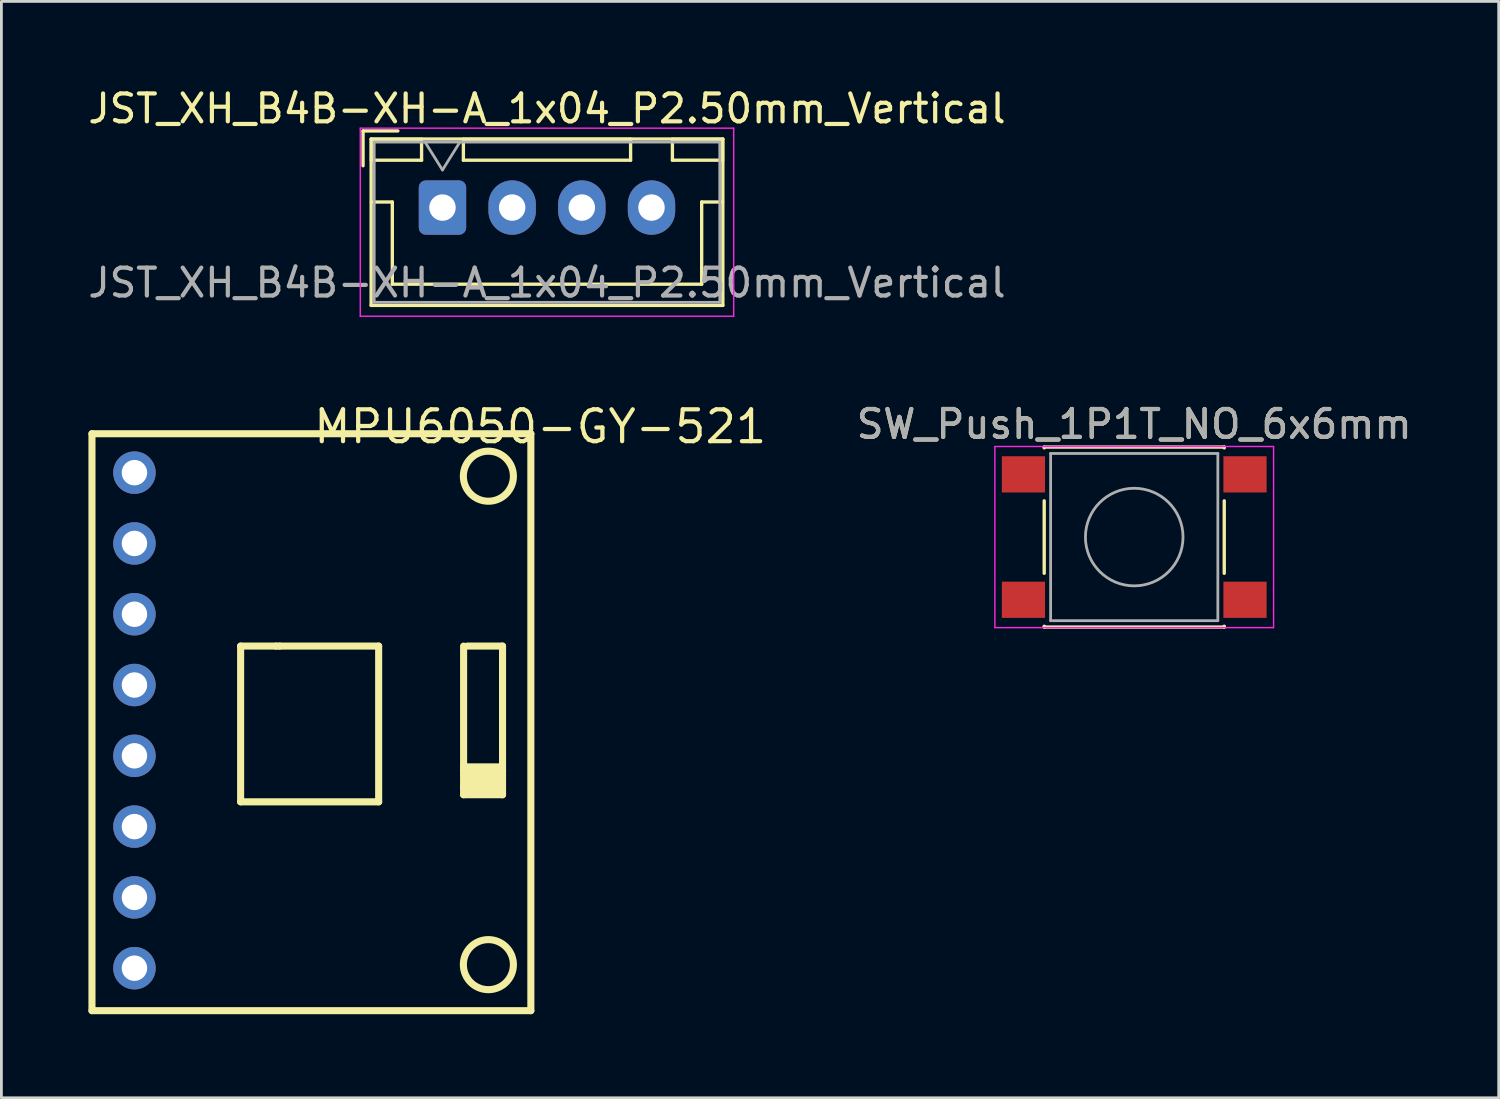
<source format=kicad_pcb>
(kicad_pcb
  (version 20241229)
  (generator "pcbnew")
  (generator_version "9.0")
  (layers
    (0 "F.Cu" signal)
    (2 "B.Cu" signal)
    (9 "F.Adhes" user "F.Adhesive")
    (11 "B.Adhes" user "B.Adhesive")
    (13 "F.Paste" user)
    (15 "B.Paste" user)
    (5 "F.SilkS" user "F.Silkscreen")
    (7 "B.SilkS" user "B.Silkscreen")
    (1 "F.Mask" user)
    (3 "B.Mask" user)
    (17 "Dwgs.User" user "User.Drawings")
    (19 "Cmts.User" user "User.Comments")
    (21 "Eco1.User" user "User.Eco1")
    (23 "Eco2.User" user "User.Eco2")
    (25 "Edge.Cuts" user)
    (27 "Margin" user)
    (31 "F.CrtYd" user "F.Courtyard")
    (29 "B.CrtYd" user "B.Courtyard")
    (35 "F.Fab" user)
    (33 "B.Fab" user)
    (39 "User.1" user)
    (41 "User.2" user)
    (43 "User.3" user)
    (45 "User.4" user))
  (footprint "SW_Push_1P1T_NO_6x6mm"
    (layer "F.Cu")
    (at 37.648 16.221)
    (property "Reference" "SW_Push_1P1T_NO_6x6mm" (at 0 -4.05 0) (layer "F.SilkS") (effects (font (size 1 1) (thickness 0.15))))
    (attr smd)
    (fp_line (start -3.23 -3.23) (end 3.23 -3.23) (stroke (width 0.12) (type solid)) (layer "F.SilkS"))
    (fp_line (start -3.23 -3.2) (end -3.23 -3.23) (stroke (width 0.12) (type solid)) (layer "F.SilkS"))
    (fp_line (start -3.23 -1.3) (end -3.23 1.3) (stroke (width 0.12) (type solid)) (layer "F.SilkS"))
    (fp_line (start -3.23 3.23) (end -3.23 3.2) (stroke (width 0.12) (type solid)) (layer "F.SilkS"))
    (fp_line (start -3.23 3.23) (end 3.23 3.23) (stroke (width 0.12) (type solid)) (layer "F.SilkS"))
    (fp_line (start 3.23 -3.23) (end 3.23 -3.2) (stroke (width 0.12) (type solid)) (layer "F.SilkS"))
    (fp_line (start 3.23 -1.3) (end 3.23 1.3) (stroke (width 0.12) (type solid)) (layer "F.SilkS"))
    (fp_line (start 3.23 3.23) (end 3.23 3.2) (stroke (width 0.12) (type solid)) (layer "F.SilkS"))
    (fp_line (start -5 -3.25) (end -5 3.25) (stroke (width 0.05) (type solid)) (layer "F.CrtYd"))
    (fp_line (start -5 -3.25) (end 5 -3.25) (stroke (width 0.05) (type solid)) (layer "F.CrtYd"))
    (fp_line (start -5 3.25) (end 5 3.25) (stroke (width 0.05) (type solid)) (layer "F.CrtYd"))
    (fp_line (start 5 3.25) (end 5 -3.25) (stroke (width 0.05) (type solid)) (layer "F.CrtYd"))
    (fp_line (start -3 -3) (end -3 3) (stroke (width 0.1) (type solid)) (layer "F.Fab"))
    (fp_line (start -3 3) (end 3 3) (stroke (width 0.1) (type solid)) (layer "F.Fab"))
    (fp_line (start 3 -3) (end -3 -3) (stroke (width 0.1) (type solid)) (layer "F.Fab"))
    (fp_line (start 3 3) (end 3 -3) (stroke (width 0.1) (type solid)) (layer "F.Fab"))
    (fp_circle (center 0 0) (end 1.75 -0.05) (stroke (width 0.1) (type solid)) (fill no) (layer "F.Fab"))
    (fp_text user "${REFERENCE}" (at 0 -4.05 0) (layer "F.Fab") (effects (font (size 1 1) (thickness 0.15))))
    (pad "1" smd rect (at -3.975 -2.25) (size 1.55 1.3) (layers "F.Cu" "F.Mask" "F.Paste"))
    (pad "1" smd rect (at 3.975 -2.25) (size 1.55 1.3) (layers "F.Cu" "F.Mask" "F.Paste"))
    (pad "2" smd rect (at -3.975 2.25) (size 1.55 1.3) (layers "F.Cu" "F.Mask" "F.Paste"))
    (pad "2" smd rect (at 3.975 2.25) (size 1.55 1.3) (layers "F.Cu" "F.Mask" "F.Paste")))
  (footprint "MPU6050-GY-521"
    (layer "F.Cu")
    (at 0.25 12.513)
    (property "Reference" "MPU6050-GY-521" (at 7.874 -0.254 0) (layer "F.SilkS") (effects (font (size 1.143 1.143) (thickness 0.152)) (justify left)))
    (attr through_hole)
    (fp_line (start 0 0) (end 15.748 0) (stroke (width 0.254) (type solid)) (layer "F.SilkS"))
    (fp_line (start 0 20.701) (end 0 0) (stroke (width 0.254) (type solid)) (layer "F.SilkS"))
    (fp_line (start 5.334 7.62) (end 5.334 13.208) (stroke (width 0.254) (type solid)) (layer "F.SilkS"))
    (fp_line (start 5.334 13.208) (end 10.287 13.208) (stroke (width 0.254) (type solid)) (layer "F.SilkS"))
    (fp_line (start 6.604 7.62) (end 5.334 7.62) (stroke (width 0.254) (type solid)) (layer "F.SilkS"))
    (fp_line (start 6.731 7.62) (end 6.604 7.62) (stroke (width 0.254) (type solid)) (layer "F.SilkS"))
    (fp_line (start 10.287 7.62) (end 6.731 7.62) (stroke (width 0.254) (type solid)) (layer "F.SilkS"))
    (fp_line (start 10.287 13.208) (end 10.287 7.62) (stroke (width 0.254) (type solid)) (layer "F.SilkS"))
    (fp_line (start 13.335 7.62) (end 13.335 12.954) (stroke (width 0.254) (type solid)) (layer "F.SilkS"))
    (fp_line (start 13.335 11.954) (end 14.732 11.954) (stroke (width 0.254) (type solid)) (layer "F.SilkS"))
    (fp_line (start 13.335 12.089) (end 14.732 12.089) (stroke (width 0.254) (type solid)) (layer "F.SilkS"))
    (fp_line (start 13.335 12.258) (end 14.732 12.258) (stroke (width 0.254) (type solid)) (layer "F.SilkS"))
    (fp_line (start 13.335 12.631) (end 14.732 12.631) (stroke (width 0.254) (type solid)) (layer "F.SilkS"))
    (fp_line (start 13.335 12.733) (end 14.558 12.733) (stroke (width 0.254) (type solid)) (layer "F.SilkS"))
    (fp_line (start 13.335 12.954) (end 14.732 12.954) (stroke (width 0.254) (type solid)) (layer "F.SilkS"))
    (fp_line (start 13.462 12.446) (end 14.732 12.446) (stroke (width 0.254) (type solid)) (layer "F.SilkS"))
    (fp_line (start 14.732 7.62) (end 13.462 7.62) (stroke (width 0.254) (type solid)) (layer "F.SilkS"))
    (fp_line (start 14.732 12.954) (end 14.732 7.62) (stroke (width 0.254) (type solid)) (layer "F.SilkS"))
    (fp_line (start 15.748 0) (end 15.748 20.701) (stroke (width 0.254) (type solid)) (layer "F.SilkS"))
    (fp_line (start 15.748 20.701) (end 0 20.701) (stroke (width 0.254) (type solid)) (layer "F.SilkS"))
    (fp_circle (center 14.224 1.524) (end 15.122 1.524) (stroke (width 0.254) (type solid)) (fill no) (layer "F.SilkS"))
    (fp_circle (center 14.224 19.05) (end 15.122 19.05) (stroke (width 0.254) (type solid)) (fill no) (layer "F.SilkS"))
    (pad "1" thru_hole circle (at 1.524 1.397) (size 1.524 1.524) (drill 0.914) (layers "*.Cu" "*.Paste" "*.Mask"))
    (pad "2" thru_hole circle (at 1.524 3.937) (size 1.524 1.524) (drill 0.914) (layers "*.Cu" "*.Paste" "*.Mask"))
    (pad "3" thru_hole circle (at 1.524 6.477) (size 1.524 1.524) (drill 0.914) (layers "*.Cu" "*.Paste" "*.Mask"))
    (pad "4" thru_hole circle (at 1.524 9.017) (size 1.524 1.524) (drill 0.914) (layers "*.Cu" "*.Paste" "*.Mask"))
    (pad "5" thru_hole circle (at 1.524 11.557) (size 1.524 1.524) (drill 0.914) (layers "*.Cu" "*.Paste" "*.Mask"))
    (pad "6" thru_hole circle (at 1.524 14.097) (size 1.524 1.524) (drill 0.914) (layers "*.Cu" "*.Paste" "*.Mask"))
    (pad "7" thru_hole circle (at 1.524 16.637) (size 1.524 1.524) (drill 0.914) (layers "*.Cu" "*.Paste" "*.Mask"))
    (pad "8" thru_hole circle (at 1.524 19.177) (size 1.524 1.524) (drill 0.914) (layers "*.Cu" "*.Paste" "*.Mask")))
  (footprint "JST_XH_B4B-XH-A_1x04_P2.50mm_Vertical"
    (layer "F.Cu")
    (at 12.827 4.398)
    (property "Reference" "JST_XH_B4B-XH-A_1x04_P2.50mm_Vertical" (at 3.75 -3.55 0) (layer "F.SilkS") (effects (font (size 1 1) (thickness 0.15))))
    (attr through_hole)
    (fp_line (start -2.85 -2.75) (end -2.85 -1.5) (stroke (width 0.12) (type solid)) (layer "F.SilkS"))
    (fp_line (start -2.56 -2.46) (end -2.56 3.51) (stroke (width 0.12) (type solid)) (layer "F.SilkS"))
    (fp_line (start -2.56 3.51) (end 10.06 3.51) (stroke (width 0.12) (type solid)) (layer "F.SilkS"))
    (fp_line (start -2.55 -2.45) (end -2.55 -1.7) (stroke (width 0.12) (type solid)) (layer "F.SilkS"))
    (fp_line (start -2.55 -1.7) (end -0.75 -1.7) (stroke (width 0.12) (type solid)) (layer "F.SilkS"))
    (fp_line (start -2.55 -0.2) (end -1.8 -0.2) (stroke (width 0.12) (type solid)) (layer "F.SilkS"))
    (fp_line (start -1.8 -0.2) (end -1.8 2.75) (stroke (width 0.12) (type solid)) (layer "F.SilkS"))
    (fp_line (start -1.8 2.75) (end 3.75 2.75) (stroke (width 0.12) (type solid)) (layer "F.SilkS"))
    (fp_line (start -1.6 -2.75) (end -2.85 -2.75) (stroke (width 0.12) (type solid)) (layer "F.SilkS"))
    (fp_line (start -0.75 -2.45) (end -2.55 -2.45) (stroke (width 0.12) (type solid)) (layer "F.SilkS"))
    (fp_line (start -0.75 -1.7) (end -0.75 -2.45) (stroke (width 0.12) (type solid)) (layer "F.SilkS"))
    (fp_line (start 0.75 -2.45) (end 0.75 -1.7) (stroke (width 0.12) (type solid)) (layer "F.SilkS"))
    (fp_line (start 0.75 -1.7) (end 6.75 -1.7) (stroke (width 0.12) (type solid)) (layer "F.SilkS"))
    (fp_line (start 6.75 -2.45) (end 0.75 -2.45) (stroke (width 0.12) (type solid)) (layer "F.SilkS"))
    (fp_line (start 6.75 -1.7) (end 6.75 -2.45) (stroke (width 0.12) (type solid)) (layer "F.SilkS"))
    (fp_line (start 8.25 -2.45) (end 8.25 -1.7) (stroke (width 0.12) (type solid)) (layer "F.SilkS"))
    (fp_line (start 8.25 -1.7) (end 10.05 -1.7) (stroke (width 0.12) (type solid)) (layer "F.SilkS"))
    (fp_line (start 9.3 -0.2) (end 9.3 2.75) (stroke (width 0.12) (type solid)) (layer "F.SilkS"))
    (fp_line (start 9.3 2.75) (end 3.75 2.75) (stroke (width 0.12) (type solid)) (layer "F.SilkS"))
    (fp_line (start 10.05 -2.45) (end 8.25 -2.45) (stroke (width 0.12) (type solid)) (layer "F.SilkS"))
    (fp_line (start 10.05 -1.7) (end 10.05 -2.45) (stroke (width 0.12) (type solid)) (layer "F.SilkS"))
    (fp_line (start 10.05 -0.2) (end 9.3 -0.2) (stroke (width 0.12) (type solid)) (layer "F.SilkS"))
    (fp_line (start 10.06 -2.46) (end -2.56 -2.46) (stroke (width 0.12) (type solid)) (layer "F.SilkS"))
    (fp_line (start 10.06 3.51) (end 10.06 -2.46) (stroke (width 0.12) (type solid)) (layer "F.SilkS"))
    (fp_line (start -2.95 -2.85) (end -2.95 3.9) (stroke (width 0.05) (type solid)) (layer "F.CrtYd"))
    (fp_line (start -2.95 3.9) (end 10.45 3.9) (stroke (width 0.05) (type solid)) (layer "F.CrtYd"))
    (fp_line (start 10.45 -2.85) (end -2.95 -2.85) (stroke (width 0.05) (type solid)) (layer "F.CrtYd"))
    (fp_line (start 10.45 3.9) (end 10.45 -2.85) (stroke (width 0.05) (type solid)) (layer "F.CrtYd"))
    (fp_line (start -2.45 -2.35) (end -2.45 3.4) (stroke (width 0.1) (type solid)) (layer "F.Fab"))
    (fp_line (start -2.45 3.4) (end 9.95 3.4) (stroke (width 0.1) (type solid)) (layer "F.Fab"))
    (fp_line (start -0.625 -2.35) (end 0 -1.35) (stroke (width 0.1) (type solid)) (layer "F.Fab"))
    (fp_line (start 0 -1.35) (end 0.625 -2.35) (stroke (width 0.1) (type solid)) (layer "F.Fab"))
    (fp_line (start 9.95 -2.35) (end -2.45 -2.35) (stroke (width 0.1) (type solid)) (layer "F.Fab"))
    (fp_line (start 9.95 3.4) (end 9.95 -2.35) (stroke (width 0.1) (type solid)) (layer "F.Fab"))
    (fp_text user "${REFERENCE}" (at 3.75 2.7 0) (layer "F.Fab") (effects (font (size 1 1) (thickness 0.15))))
    (pad "1" thru_hole roundrect (at 0 0) (size 1.7 1.95) (drill 0.95) (layers "*.Cu" "*.Mask") (roundrect_rratio 0.147))
    (pad "2" thru_hole oval (at 2.5 0) (size 1.7 1.95) (drill 0.95) (layers "*.Cu" "*.Mask"))
    (pad "3" thru_hole oval (at 5 0) (size 1.7 1.95) (drill 0.95) (layers "*.Cu" "*.Mask"))
    (pad "4" thru_hole oval (at 7.5 0) (size 1.7 1.95) (drill 0.95) (layers "*.Cu" "*.Mask")))
  (gr_rect
    (start -3 -3)
    (end 50.726 36.341)
    (stroke (width 0.1) (type default))
    (fill no)
    (layer "Edge.Cuts")))
</source>
